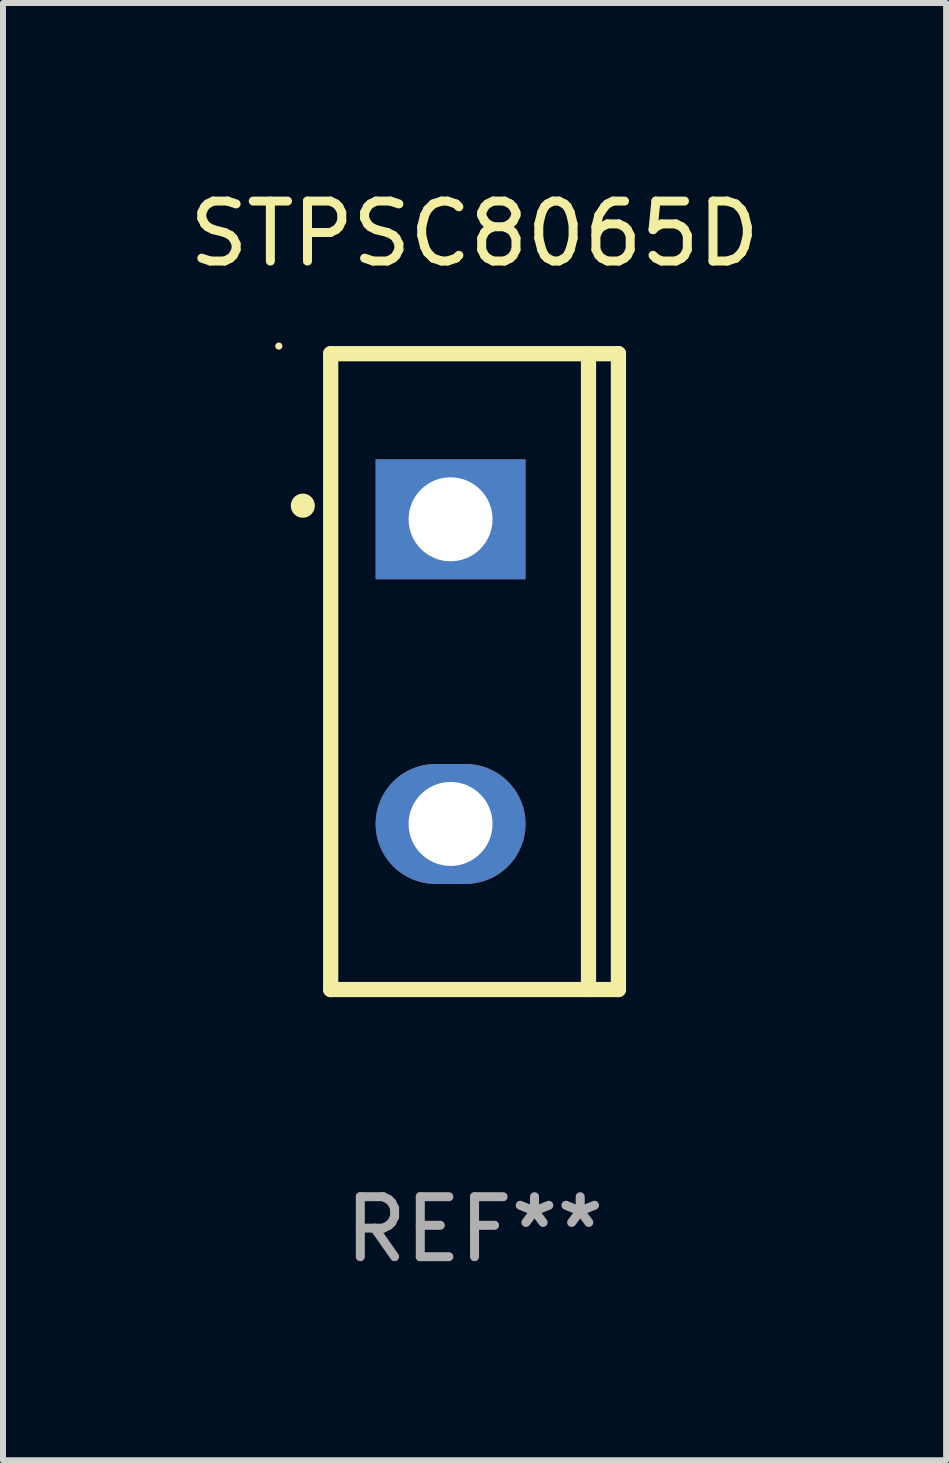
<source format=kicad_pcb>
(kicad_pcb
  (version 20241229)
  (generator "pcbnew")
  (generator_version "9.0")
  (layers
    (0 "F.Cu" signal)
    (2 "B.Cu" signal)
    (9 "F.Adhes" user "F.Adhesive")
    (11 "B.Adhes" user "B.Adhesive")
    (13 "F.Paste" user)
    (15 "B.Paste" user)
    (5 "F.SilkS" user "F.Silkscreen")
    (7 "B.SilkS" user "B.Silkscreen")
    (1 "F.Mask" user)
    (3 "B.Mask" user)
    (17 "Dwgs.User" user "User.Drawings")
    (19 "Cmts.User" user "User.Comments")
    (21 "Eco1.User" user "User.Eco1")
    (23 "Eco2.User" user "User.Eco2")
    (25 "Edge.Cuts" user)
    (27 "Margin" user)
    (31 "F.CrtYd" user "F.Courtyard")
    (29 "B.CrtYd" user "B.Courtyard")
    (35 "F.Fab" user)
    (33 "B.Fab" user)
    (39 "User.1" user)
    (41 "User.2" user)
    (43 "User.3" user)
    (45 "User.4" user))
  (footprint "STPSC8065D"
    (layer "F.Cu")
    (at 4.863 8.149)
    (property "Reference" "STPSC8065D" (at 0 -7.301 0) (layer "F.SilkS") (effects (font (size 1 1) (thickness 0.15))))
    (attr through_hole)
    (fp_line (start -2.399 -5.301) (end 2.394 -5.301) (stroke (width 0.254) (type solid)) (layer "F.SilkS"))
    (fp_line (start -2.399 5.301) (end -2.399 -5.301) (stroke (width 0.254) (type solid)) (layer "F.SilkS"))
    (fp_line (start 1.9 5.3) (end 1.9 -5.3) (stroke (width 0.254) (type solid)) (layer "F.SilkS"))
    (fp_line (start 2.394 -5.301) (end 2.399 -5.301) (stroke (width 0.254) (type solid)) (layer "F.SilkS"))
    (fp_line (start 2.399 -5.301) (end 2.399 5.301) (stroke (width 0.254) (type solid)) (layer "F.SilkS"))
    (fp_line (start 2.399 5.301) (end -2.399 5.301) (stroke (width 0.254) (type solid)) (layer "F.SilkS"))
    (fp_arc (start -2.863843 -2.766066) (mid -2.863847 -2.767336) (end -2.863843 -2.768606) (stroke (width 0.4) (type solid)) (layer "F.SilkS"))
    (fp_circle (center -3.264 -5.428) (end -3.234 -5.428) (stroke (width 0.06) (type solid)) (fill no) (layer "F.SilkS"))
    (fp_text user "REF**" (at 0 9.301 0) (layer "F.Fab") (effects (font (size 1 1) (thickness 0.15))))
    (pad "1" thru_hole rect (at -0.4 -2.54 270) (size 2 2.5) (drill 1.4) (layers "*.Cu" "*.Mask"))
    (pad "2" thru_hole oval (at -0.4 2.54 270) (size 2 2.5) (drill 1.4) (layers "*.Cu" "*.Mask")))
  (gr_rect
    (start -3 -3)
    (end 12.726 21.299)
    (stroke (width 0.1) (type default))
    (fill no)
    (layer "Edge.Cuts")))
</source>
